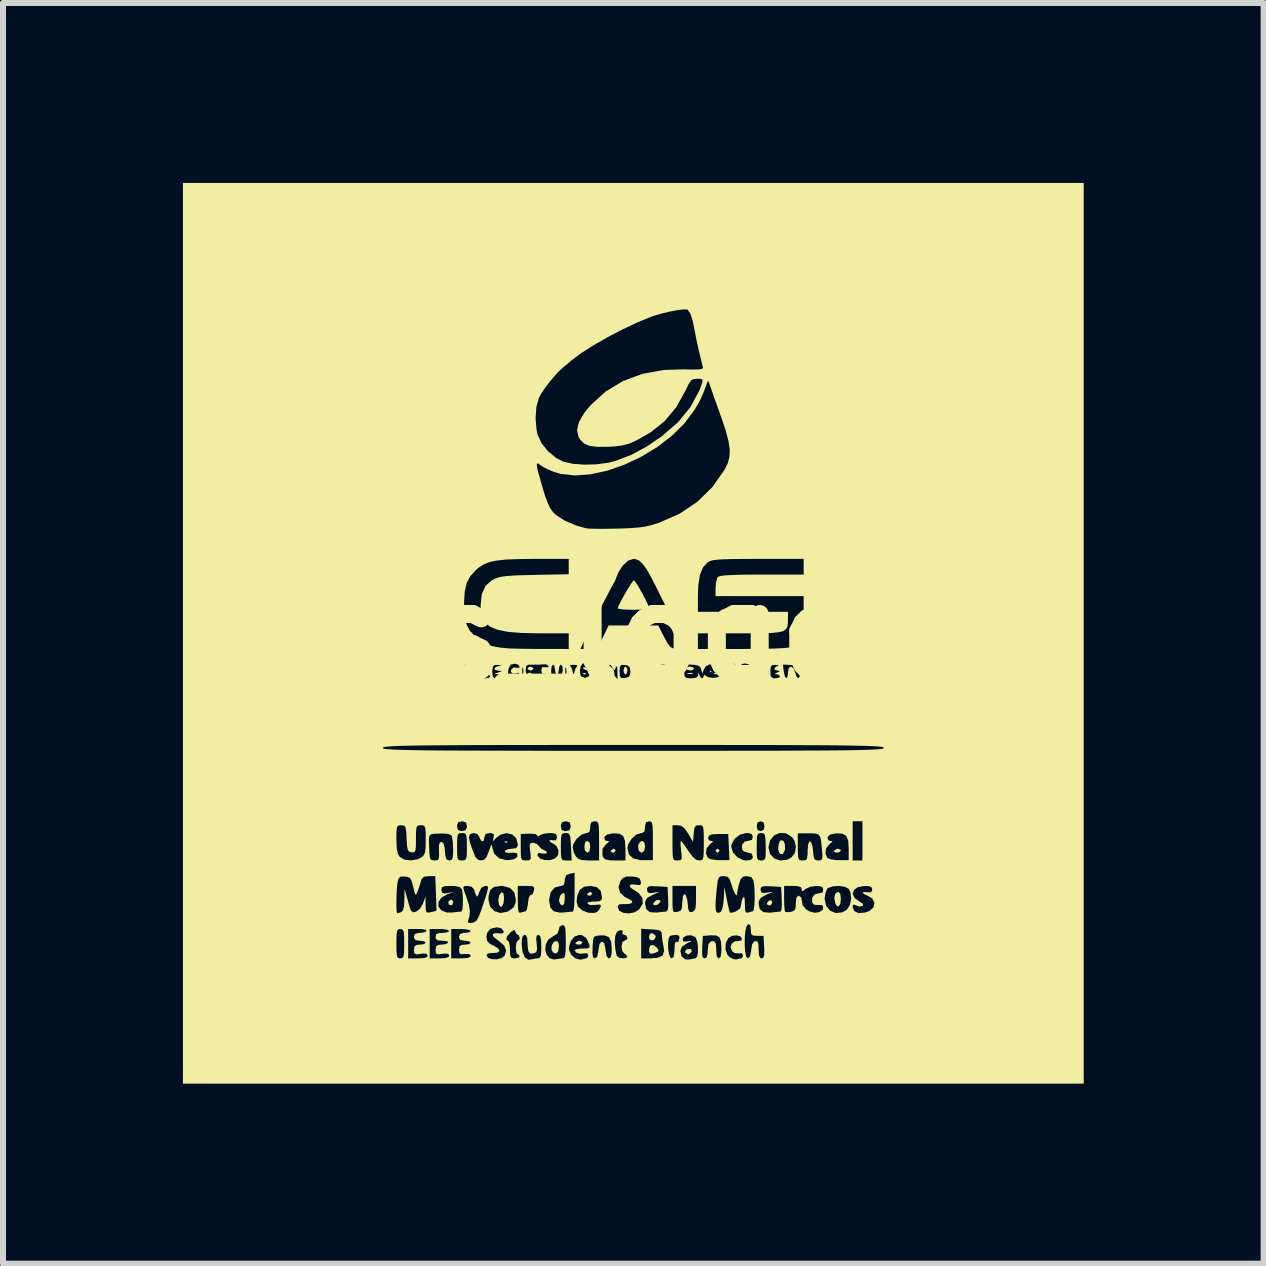
<source format=kicad_pcb>
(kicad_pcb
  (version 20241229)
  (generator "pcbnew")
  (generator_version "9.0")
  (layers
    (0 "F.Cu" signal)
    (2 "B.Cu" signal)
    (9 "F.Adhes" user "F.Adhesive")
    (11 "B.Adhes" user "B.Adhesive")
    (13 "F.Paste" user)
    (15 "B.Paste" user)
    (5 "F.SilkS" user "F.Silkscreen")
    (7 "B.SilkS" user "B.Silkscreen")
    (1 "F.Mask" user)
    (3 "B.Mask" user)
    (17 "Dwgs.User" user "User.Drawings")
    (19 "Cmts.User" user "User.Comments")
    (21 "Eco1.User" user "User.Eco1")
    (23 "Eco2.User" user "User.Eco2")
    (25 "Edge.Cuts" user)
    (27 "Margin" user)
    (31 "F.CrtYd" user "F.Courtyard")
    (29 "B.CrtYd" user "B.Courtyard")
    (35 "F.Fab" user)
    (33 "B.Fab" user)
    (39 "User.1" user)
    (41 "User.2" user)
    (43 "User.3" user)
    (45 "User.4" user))
  (footprint "Cas_logo_c"
    (layer "F.Cu")
    (at 7.509 7.509)
    (property "Reference" "Cas_logo_c" (at 0 0 0) (layer "F.SilkS") (effects (font (size 1.5 1.5) (thickness 0.3))))
    (attr board_only exclude_from_pos_files exclude_from_bom)
    (fp_poly (pts (xy -0.522 0.637) (xy -0.539 0.653) (xy -0.555 0.637) (xy -0.539 0.62)) (stroke (width 0) (type solid)) (fill yes) (layer "F.SilkS"))
    (fp_poly (pts (xy 1.306 0.637) (xy 1.29 0.653) (xy 1.273 0.637) (xy 1.29 0.62)) (stroke (width 0) (type solid)) (fill yes) (layer "F.SilkS"))
    (fp_poly (pts (xy -2.1 3.472) (xy -2.105 3.491) (xy -2.122 3.493) (xy -2.149 3.481) (xy -2.144 3.472) (xy -2.105 3.468)) (stroke (width 0) (type solid)) (fill yes) (layer "F.SilkS"))
    (fp_poly (pts (xy -0.794 0.664) (xy -0.799 0.683) (xy -0.816 0.686) (xy -0.843 0.674) (xy -0.838 0.664) (xy -0.799 0.66)) (stroke (width 0) (type solid)) (fill yes) (layer "F.SilkS"))
    (fp_poly (pts (xy 0.577 0.664) (xy 0.572 0.683) (xy 0.555 0.686) (xy 0.528 0.674) (xy 0.533 0.664) (xy 0.572 0.66)) (stroke (width 0) (type solid)) (fill yes) (layer "F.SilkS"))
    (fp_poly (pts (xy 0.988 0.664) (xy 0.992 0.676) (xy 0.947 0.68) (xy 0.9 0.675) (xy 0.906 0.664) (xy 0.973 0.66)) (stroke (width 0) (type solid)) (fill yes) (layer "F.SilkS"))
    (fp_poly (pts (xy 1.393 0.664) (xy 1.388 0.683) (xy 1.371 0.686) (xy 1.344 0.674) (xy 1.349 0.664) (xy 1.388 0.66)) (stroke (width 0) (type solid)) (fill yes) (layer "F.SilkS"))
    (fp_poly (pts (xy 1.654 0.664) (xy 1.65 0.683) (xy 1.632 0.686) (xy 1.606 0.674) (xy 1.611 0.664) (xy 1.649 0.66)) (stroke (width 0) (type solid)) (fill yes) (layer "F.SilkS"))
    (fp_poly (pts (xy 2.318 4.486) (xy 2.292 4.531) (xy 2.266 4.538) (xy 2.228 4.519) (xy 2.228 4.499) (xy 2.26 4.456) (xy 2.299 4.451)) (stroke (width 0) (type solid)) (fill yes) (layer "F.SilkS"))
    (fp_poly (pts (xy -3.007 4.467) (xy -3.004 4.489) (xy -3.024 4.534) (xy -3.069 4.526) (xy -3.079 4.517) (xy -3.085 4.476) (xy -3.052 4.443) (xy -3.034 4.44)) (stroke (width 0) (type solid)) (fill yes) (layer "F.SilkS"))
    (fp_poly (pts (xy -1.671 0.573) (xy -1.665 0.588) (xy -1.691 0.617) (xy -1.714 0.62) (xy -1.757 0.603) (xy -1.763 0.588) (xy -1.737 0.559) (xy -1.714 0.555)) (stroke (width 0) (type solid)) (fill yes) (layer "F.SilkS"))
    (fp_poly (pts (xy -0.854 5.144) (xy -0.849 5.158) (xy -0.876 5.185) (xy -0.916 5.191) (xy -0.961 5.178) (xy -0.963 5.158) (xy -0.916 5.128) (xy -0.896 5.126)) (stroke (width 0) (type solid)) (fill yes) (layer "F.SilkS"))
    (fp_poly (pts (xy -0.728 3.49) (xy -0.718 3.559) (xy -0.733 3.636) (xy -0.767 3.657) (xy -0.806 3.627) (xy -0.816 3.559) (xy -0.802 3.481) (xy -0.767 3.461)) (stroke (width 0) (type solid)) (fill yes) (layer "F.SilkS"))
    (fp_poly (pts (xy -0.686 4.334) (xy -0.686 4.342) (xy -0.712 4.371) (xy -0.737 4.375) (xy -0.77 4.359) (xy -0.767 4.342) (xy -0.725 4.311) (xy -0.716 4.31)) (stroke (width 0) (type solid)) (fill yes) (layer "F.SilkS"))
    (fp_poly (pts (xy -0.295 3.616) (xy -0.294 3.624) (xy -0.32 3.653) (xy -0.345 3.657) (xy -0.379 3.641) (xy -0.375 3.624) (xy -0.334 3.593) (xy -0.325 3.591)) (stroke (width 0) (type solid)) (fill yes) (layer "F.SilkS"))
    (fp_poly (pts (xy -0.104 0.582) (xy -0.098 0.62) (xy -0.112 0.673) (xy -0.131 0.686) (xy -0.157 0.658) (xy -0.163 0.62) (xy -0.15 0.567) (xy -0.131 0.555)) (stroke (width 0) (type solid)) (fill yes) (layer "F.SilkS"))
    (fp_poly (pts (xy 0.367 5.034) (xy 0.375 5.06) (xy 0.348 5.107) (xy 0.318 5.119) (xy 0.272 5.108) (xy 0.261 5.06) (xy 0.278 5.007) (xy 0.318 5.001)) (stroke (width 0) (type solid)) (fill yes) (layer "F.SilkS"))
    (fp_poly (pts (xy 0.449 4.452) (xy 0.45 4.478) (xy 0.409 4.521) (xy 0.377 4.533) (xy 0.334 4.526) (xy 0.334 4.5) (xy 0.375 4.457) (xy 0.406 4.445)) (stroke (width 0) (type solid)) (fill yes) (layer "F.SilkS"))
    (fp_poly (pts (xy 0.975 5.293) (xy 0.964 5.319) (xy 0.917 5.353) (xy 0.869 5.327) (xy 0.865 5.321) (xy 0.872 5.284) (xy 0.897 5.268) (xy 0.956 5.262)) (stroke (width 0) (type solid)) (fill yes) (layer "F.SilkS"))
    (fp_poly (pts (xy 1 0.569) (xy 1.012 0.588) (xy 0.985 0.614) (xy 0.947 0.62) (xy 0.894 0.607) (xy 0.881 0.588) (xy 0.909 0.561) (xy 0.947 0.555)) (stroke (width 0) (type solid)) (fill yes) (layer "F.SilkS"))
    (fp_poly (pts (xy 1.436 3.616) (xy 1.437 3.624) (xy 1.412 3.656) (xy 1.404 3.657) (xy 1.372 3.632) (xy 1.371 3.624) (xy 1.396 3.592) (xy 1.404 3.591)) (stroke (width 0) (type solid)) (fill yes) (layer "F.SilkS"))
    (fp_poly (pts (xy 3.456 3.61) (xy 3.461 3.624) (xy 3.433 3.65) (xy 3.393 3.657) (xy 3.348 3.644) (xy 3.346 3.624) (xy 3.394 3.594) (xy 3.414 3.591)) (stroke (width 0) (type solid)) (fill yes) (layer "F.SilkS"))
    (fp_poly (pts (xy -1.145 4.351) (xy -1.143 4.42) (xy -1.153 4.509) (xy -1.182 4.538) (xy -1.219 4.516) (xy -1.24 4.455) (xy -1.222 4.381) (xy -1.192 4.342) (xy -1.159 4.324)) (stroke (width 0) (type solid)) (fill yes) (layer "F.SilkS"))
    (fp_poly (pts (xy 0.186 3.49) (xy 0.196 3.559) (xy 0.18 3.63) (xy 0.142 3.658) (xy 0.101 3.636) (xy 0.086 3.608) (xy 0.08 3.534) (xy 0.111 3.477) (xy 0.15 3.461)) (stroke (width 0) (type solid)) (fill yes) (layer "F.SilkS"))
    (fp_poly (pts (xy 1.888 0.571) (xy 1.897 0.578) (xy 1.916 0.63) (xy 1.892 0.675) (xy 1.861 0.686) (xy 1.819 0.662) (xy 1.81 0.65) (xy 1.806 0.6) (xy 1.841 0.567)) (stroke (width 0) (type solid)) (fill yes) (layer "F.SilkS"))
    (fp_poly (pts (xy -1.256 5.139) (xy -1.241 5.192) (xy -1.241 5.219) (xy -1.253 5.309) (xy -1.291 5.34) (xy -1.335 5.324) (xy -1.365 5.273) (xy -1.36 5.203) (xy -1.326 5.146) (xy -1.298 5.132)) (stroke (width 0) (type solid)) (fill yes) (layer "F.SilkS"))
    (fp_poly (pts (xy 3.45 4.34) (xy 3.461 4.422) (xy 3.45 4.511) (xy 3.424 4.554) (xy 3.391 4.544) (xy 3.367 4.501) (xy 3.351 4.411) (xy 3.368 4.341) (xy 3.412 4.31) (xy 3.416 4.31)) (stroke (width 0) (type solid)) (fill yes) (layer "F.SilkS"))
    (fp_poly (pts (xy -2.165 4.334) (xy -2.155 4.412) (xy -2.155 4.419) (xy -2.165 4.504) (xy -2.189 4.554) (xy -2.219 4.558) (xy -2.239 4.526) (xy -2.251 4.447) (xy -2.236 4.368) (xy -2.202 4.32) (xy -2.196 4.318)) (stroke (width 0) (type solid)) (fill yes) (layer "F.SilkS"))
    (fp_poly (pts (xy 0.389 5.236) (xy 0.392 5.241) (xy 0.421 5.284) (xy 0.405 5.31) (xy 0.336 5.336) (xy 0.335 5.336) (xy 0.281 5.343) (xy 0.262 5.307) (xy 0.261 5.275) (xy 0.28 5.208) (xy 0.328 5.194)) (stroke (width 0) (type solid)) (fill yes) (layer "F.SilkS"))
    (fp_poly (pts (xy 2.127 0.572) (xy 2.155 0.588) (xy 2.187 0.619) (xy 2.161 0.648) (xy 2.155 0.652) (xy 2.089 0.683) (xy 2.049 0.665) (xy 2.04 0.653) (xy 2.036 0.602) (xy 2.065 0.561) (xy 2.083 0.556)) (stroke (width 0) (type solid)) (fill yes) (layer "F.SilkS"))
    (fp_poly (pts (xy 2.504 3.461) (xy 2.528 3.516) (xy 2.529 3.598) (xy 2.523 3.624) (xy 2.493 3.682) (xy 2.449 3.678) (xy 2.438 3.667) (xy 2.417 3.613) (xy 2.419 3.537) (xy 2.44 3.471) (xy 2.462 3.45)) (stroke (width 0) (type solid)) (fill yes) (layer "F.SilkS"))
    (fp_poly (pts (xy 0.035 -0.857) (xy 0.08 -0.788) (xy 0.134 -0.694) (xy 0.188 -0.593) (xy 0.233 -0.502) (xy 0.258 -0.439) (xy 0.261 -0.424) (xy 0.231 -0.408) (xy 0.149 -0.397) (xy 0.028 -0.392) (xy 0 -0.392) (xy -0.121 -0.395) (xy -0.212 -0.402) (xy -0.257 -0.413) (xy -0.26 -0.416) (xy -0.244 -0.461) (xy -0.205 -0.541) (xy -0.151 -0.639) (xy -0.093 -0.738) (xy -0.041 -0.822) (xy -0.003 -0.875) (xy 0.009 -0.885)) (stroke (width 0) (type solid)) (fill yes) (layer "F.SilkS"))
    (fp_poly (pts (xy 7.509 0) (xy 7.509 7.509) (xy 0 7.509) (xy -7.509 7.509) (xy -7.509 5.175) (xy -3.95 5.175) (xy -3.949 5.3) (xy -3.942 5.373) (xy -3.926 5.409) (xy -3.897 5.419) (xy -3.885 5.42) (xy -3.852 5.414) (xy -3.832 5.387) (xy -3.823 5.327) (xy -3.82 5.219) (xy -3.82 5.175) (xy -3.754 5.175) (xy -3.754 5.42) (xy -3.591 5.42) (xy -3.487 5.414) (xy -3.437 5.395) (xy -3.428 5.373) (xy -3.445 5.343) (xy -3.505 5.339) (xy -3.542 5.344) (xy -3.618 5.352) (xy -3.65 5.335) (xy -3.657 5.28) (xy -3.657 5.277) (xy -3.647 5.216) (xy -3.604 5.193) (xy -3.559 5.191) (xy -3.49 5.182) (xy -3.481 5.175) (xy -3.395 5.175) (xy -3.395 5.42) (xy -3.232 5.42) (xy -3.128 5.414) (xy -3.078 5.395) (xy -3.069 5.373) (xy -3.086 5.343) (xy -3.146 5.339) (xy -3.183 5.344) (xy -3.259 5.352) (xy -3.291 5.335) (xy -3.297 5.28) (xy -3.297 5.277) (xy -3.287 5.215) (xy -3.244 5.193) (xy -3.201 5.191) (xy -3.126 5.181) (xy -3.115 5.175) (xy -3.036 5.175) (xy -3.036 5.42) (xy -2.873 5.42) (xy -2.765 5.413) (xy -2.715 5.391) (xy -2.71 5.376) (xy -2.736 5.346) (xy -2.808 5.347) (xy -2.877 5.351) (xy -2.902 5.323) (xy -2.906 5.276) (xy -2.896 5.216) (xy -2.853 5.193) (xy -2.808 5.191) (xy -2.739 5.182) (xy -2.71 5.159) (xy -2.71 5.158) (xy -2.738 5.135) (xy -2.806 5.126) (xy -2.808 5.126) (xy -2.879 5.115) (xy -2.905 5.077) (xy -2.906 5.061) (xy -2.449 5.061) (xy -2.437 5.131) (xy -2.391 5.177) (xy -2.331 5.206) (xy -2.252 5.254) (xy -2.231 5.297) (xy -2.268 5.325) (xy -2.346 5.33) (xy -2.424 5.335) (xy -2.449 5.368) (xy -2.421 5.411) (xy -2.355 5.434) (xy -2.271 5.435) (xy -2.193 5.414) (xy -2.147 5.376) (xy -2.12 5.289) (xy -2.153 5.206) (xy -2.25 5.123) (xy -2.261 5.116) (xy -2.279 5.102) (xy -2.121 5.102) (xy -2.095 5.125) (xy -2.089 5.126) (xy -2.07 5.155) (xy -2.058 5.229) (xy -2.057 5.273) (xy -2.053 5.363) (xy -2.037 5.406) (xy -1.997 5.419) (xy -1.975 5.42) (xy -1.914 5.408) (xy -1.894 5.387) (xy -1.918 5.355) (xy -1.926 5.354) (xy -1.948 5.326) (xy -1.959 5.255) (xy -1.959 5.24) (xy -1.953 5.189) (xy -1.861 5.189) (xy -1.847 5.315) (xy -1.808 5.403) (xy -1.75 5.442) (xy -1.707 5.438) (xy -1.633 5.422) (xy -1.597 5.42) (xy -1.562 5.412) (xy -1.543 5.378) (xy -1.535 5.304) (xy -1.535 5.274) (xy -1.469 5.274) (xy -1.447 5.356) (xy -1.397 5.417) (xy -1.321 5.439) (xy -1.279 5.432) (xy -1.207 5.421) (xy -1.181 5.42) (xy -1.154 5.411) (xy -1.138 5.377) (xy -1.129 5.305) (xy -1.128 5.231) (xy -1.072 5.231) (xy -1.072 5.278) (xy -1.037 5.357) (xy -0.968 5.418) (xy -0.887 5.441) (xy -0.854 5.436) (xy -0.794 5.421) (xy -0.781 5.42) (xy -0.755 5.393) (xy -0.751 5.368) (xy -0.766 5.342) (xy -0.681 5.342) (xy -0.671 5.4) (xy -0.647 5.419) (xy -0.64 5.42) (xy -0.604 5.394) (xy -0.584 5.313) (xy -0.581 5.281) (xy -0.565 5.184) (xy -0.534 5.144) (xy -0.522 5.142) (xy -0.486 5.167) (xy -0.466 5.248) (xy -0.463 5.281) (xy -0.446 5.38) (xy -0.414 5.419) (xy -0.406 5.42) (xy -0.376 5.4) (xy -0.361 5.332) (xy -0.359 5.26) (xy -0.369 5.15) (xy -0.31 5.15) (xy -0.299 5.274) (xy -0.276 5.379) (xy -0.242 5.406) (xy -0.181 5.419) (xy -0.123 5.414) (xy -0.098 5.39) (xy -0.124 5.355) (xy -0.147 5.342) (xy -0.184 5.297) (xy -0.196 5.225) (xy -0.186 5.173) (xy 0.131 5.173) (xy 0.131 5.42) (xy 0.29 5.42) (xy 0.412 5.408) (xy 0.484 5.376) (xy 0.489 5.371) (xy 0.514 5.293) (xy 0.505 5.232) (xy 0.492 5.161) (xy 0.579 5.161) (xy 0.581 5.255) (xy 0.594 5.344) (xy 0.618 5.405) (xy 0.64 5.42) (xy 0.671 5.397) (xy 0.684 5.322) (xy 0.685 5.297) (xy 0.784 5.297) (xy 0.806 5.388) (xy 0.865 5.437) (xy 0.93 5.438) (xy 1.004 5.423) (xy 1.037 5.42) (xy 1.063 5.391) (xy 1.073 5.341) (xy 1.147 5.341) (xy 1.156 5.399) (xy 1.18 5.419) (xy 1.19 5.42) (xy 1.225 5.4) (xy 1.239 5.333) (xy 1.241 5.288) (xy 1.253 5.183) (xy 1.291 5.137) (xy 1.346 5.131) (xy 1.375 5.172) (xy 1.383 5.267) (xy 1.383 5.291) (xy 1.39 5.383) (xy 1.417 5.419) (xy 1.424 5.42) (xy 1.454 5.396) (xy 1.467 5.32) (xy 1.469 5.266) (xy 1.536 5.266) (xy 1.569 5.36) (xy 1.608 5.402) (xy 1.677 5.434) (xy 1.725 5.436) (xy 1.785 5.421) (xy 1.798 5.42) (xy 1.825 5.393) (xy 1.828 5.368) (xy 1.809 5.332) (xy 1.766 5.337) (xy 1.692 5.331) (xy 1.652 5.304) (xy 1.621 5.237) (xy 1.632 5.2) (xy 1.857 5.2) (xy 1.865 5.307) (xy 1.881 5.386) (xy 1.906 5.419) (xy 1.908 5.42) (xy 1.944 5.391) (xy 1.963 5.302) (xy 1.965 5.281) (xy 1.981 5.184) (xy 2.014 5.138) (xy 2.032 5.132) (xy 2.068 5.136) (xy 2.085 5.174) (xy 2.089 5.263) (xy 2.089 5.27) (xy 2.095 5.367) (xy 2.116 5.412) (xy 2.14 5.42) (xy 2.169 5.407) (xy 2.182 5.362) (xy 2.183 5.269) (xy 2.181 5.232) (xy 2.171 5.044) (xy 2.065 5.044) (xy 1.992 5.038) (xy 1.963 5.006) (xy 1.959 4.939) (xy 1.952 4.868) (xy 1.925 4.849) (xy 1.91 4.853) (xy 1.884 4.892) (xy 1.867 4.975) (xy 1.858 5.083) (xy 1.857 5.2) (xy 1.632 5.2) (xy 1.64 5.173) (xy 1.697 5.134) (xy 1.741 5.132) (xy 1.8 5.123) (xy 1.812 5.093) (xy 1.785 5.052) (xy 1.722 5.035) (xy 1.647 5.044) (xy 1.588 5.077) (xy 1.542 5.162) (xy 1.536 5.266) (xy 1.469 5.266) (xy 1.469 5.264) (xy 1.462 5.14) (xy 1.436 5.068) (xy 1.381 5.037) (xy 1.289 5.035) (xy 1.287 5.035) (xy 1.159 5.045) (xy 1.149 5.232) (xy 1.147 5.341) (xy 1.073 5.341) (xy 1.077 5.321) (xy 1.077 5.23) (xy 1.066 5.141) (xy 1.042 5.076) (xy 1.03 5.062) (xy 0.961 5.034) (xy 0.886 5.04) (xy 0.832 5.075) (xy 0.823 5.097) (xy 0.83 5.134) (xy 0.882 5.139) (xy 0.904 5.136) (xy 0.961 5.129) (xy 0.963 5.136) (xy 0.91 5.162) (xy 0.89 5.172) (xy 0.809 5.226) (xy 0.784 5.294) (xy 0.784 5.297) (xy 0.685 5.297) (xy 0.686 5.271) (xy 0.692 5.18) (xy 0.709 5.141) (xy 0.718 5.142) (xy 0.749 5.151) (xy 0.751 5.147) (xy 0.761 5.106) (xy 0.771 5.079) (xy 0.762 5.04) (xy 0.709 5.026) (xy 0.628 5.04) (xy 0.615 5.044) (xy 0.59 5.084) (xy 0.579 5.161) (xy 0.492 5.161) (xy 0.485 5.128) (xy 0.477 5.044) (xy 0.471 4.987) (xy 0.447 4.956) (xy 0.389 4.943) (xy 0.302 4.936) (xy 0.131 4.926) (xy 0.131 5.173) (xy -0.186 5.173) (xy -0.182 5.146) (xy -0.147 5.126) (xy -0.104 5.1) (xy -0.098 5.077) (xy -0.124 5.034) (xy -0.149 5.028) (xy -0.183 5.013) (xy -0.181 4.997) (xy -0.177 4.959) (xy -0.211 4.948) (xy -0.26 4.968) (xy -0.274 4.98) (xy -0.301 5.044) (xy -0.31 5.15) (xy -0.369 5.15) (xy -0.37 5.136) (xy -0.41 5.064) (xy -0.486 5.036) (xy -0.558 5.037) (xy -0.621 5.044) (xy -0.655 5.065) (xy -0.671 5.116) (xy -0.678 5.213) (xy -0.679 5.233) (xy -0.681 5.342) (xy -0.766 5.342) (xy -0.771 5.332) (xy -0.812 5.336) (xy -0.886 5.343) (xy -0.951 5.323) (xy -0.979 5.286) (xy -0.979 5.285) (xy -0.95 5.267) (xy -0.878 5.257) (xy -0.847 5.256) (xy -0.763 5.253) (xy -0.73 5.237) (xy -0.732 5.197) (xy -0.736 5.183) (xy -0.784 5.081) (xy -0.853 5.034) (xy -0.901 5.028) (xy -0.981 5.057) (xy -1.043 5.131) (xy -1.072 5.231) (xy -1.128 5.231) (xy -1.126 5.183) (xy -1.126 5.142) (xy -1.128 5.006) (xy -1.134 4.923) (xy -1.148 4.88) (xy -1.172 4.865) (xy -1.183 4.865) (xy -1.231 4.891) (xy -1.241 4.939) (xy -1.265 5.007) (xy -1.337 5.05) (xy -1.416 5.105) (xy -1.459 5.184) (xy -1.469 5.274) (xy -1.535 5.274) (xy -1.534 5.224) (xy -1.538 5.11) (xy -1.552 5.048) (xy -1.578 5.028) (xy -1.583 5.028) (xy -1.612 5.041) (xy -1.619 5.092) (xy -1.612 5.17) (xy -1.604 5.263) (xy -1.618 5.312) (xy -1.648 5.333) (xy -1.711 5.343) (xy -1.748 5.306) (xy -1.762 5.216) (xy -1.763 5.173) (xy -1.77 5.077) (xy -1.792 5.033) (xy -1.812 5.028) (xy -1.843 5.045) (xy -1.858 5.107) (xy -1.861 5.189) (xy -1.953 5.189) (xy -1.951 5.164) (xy -1.931 5.127) (xy -1.926 5.126) (xy -1.897 5.099) (xy -1.894 5.077) (xy -1.91 5.033) (xy -1.924 5.028) (xy -1.956 5.001) (xy -1.965 4.976) (xy -1.979 4.945) (xy -2.011 4.957) (xy -2.049 4.988) (xy -2.104 5.051) (xy -2.121 5.102) (xy -2.279 5.102) (xy -2.332 5.058) (xy -2.346 5.017) (xy -2.304 4.999) (xy -2.251 5.002) (xy -2.182 5.005) (xy -2.16 4.982) (xy -2.162 4.965) (xy -2.199 4.919) (xy -2.273 4.902) (xy -2.36 4.919) (xy -2.382 4.929) (xy -2.438 4.994) (xy -2.449 5.061) (xy -2.906 5.061) (xy -2.906 5.06) (xy -2.89 5.013) (xy -2.833 4.996) (xy -2.808 4.995) (xy -2.739 4.986) (xy -2.71 4.963) (xy -2.71 4.962) (xy -2.739 4.944) (xy -2.814 4.932) (xy -2.873 4.93) (xy -3.036 4.93) (xy -3.036 5.175) (xy -3.115 5.175) (xy -3.085 5.158) (xy -3.099 5.136) (xy -3.166 5.126) (xy -3.181 5.126) (xy -3.261 5.119) (xy -3.293 5.091) (xy -3.297 5.06) (xy -3.285 5.015) (xy -3.235 4.997) (xy -3.183 4.995) (xy -3.108 4.987) (xy -3.07 4.967) (xy -3.069 4.962) (xy -3.098 4.944) (xy -3.173 4.932) (xy -3.232 4.93) (xy -3.395 4.93) (xy -3.395 5.175) (xy -3.481 5.175) (xy -3.461 5.159) (xy -3.461 5.158) (xy -3.489 5.135) (xy -3.557 5.126) (xy -3.559 5.126) (xy -3.63 5.115) (xy -3.656 5.077) (xy -3.657 5.06) (xy -3.641 5.012) (xy -3.583 4.996) (xy -3.561 4.995) (xy -3.485 4.985) (xy -3.444 4.962) (xy -3.461 4.942) (xy -3.533 4.931) (xy -3.589 4.93) (xy -3.754 4.93) (xy -3.754 5.175) (xy -3.82 5.175) (xy -3.821 5.049) (xy -3.828 4.976) (xy -3.844 4.941) (xy -3.873 4.93) (xy -3.885 4.93) (xy -3.918 4.936) (xy -3.938 4.962) (xy -3.947 5.022) (xy -3.95 5.131) (xy -3.95 5.175) (xy -7.509 5.175) (xy -7.509 4.446) (xy -3.95 4.446) (xy -3.95 4.553) (xy -3.946 4.633) (xy -3.938 4.668) (xy -3.937 4.669) (xy -3.898 4.658) (xy -3.871 4.649) (xy -3.839 4.616) (xy -3.822 4.54) (xy -3.817 4.445) (xy -3.814 4.261) (xy -3.771 4.416) (xy -3.742 4.518) (xy -3.718 4.597) (xy -3.71 4.62) (xy -3.673 4.652) (xy -3.616 4.639) (xy -3.556 4.589) (xy -3.509 4.511) (xy -3.506 4.502) (xy -3.466 4.391) (xy -3.463 4.531) (xy -3.459 4.617) (xy -3.443 4.654) (xy -3.402 4.655) (xy -3.371 4.648) (xy -3.306 4.632) (xy -3.281 4.623) (xy -3.282 4.591) (xy -3.285 4.509) (xy -3.286 4.481) (xy -3.25 4.481) (xy -3.249 4.556) (xy -3.201 4.619) (xy -3.11 4.655) (xy -3.022 4.655) (xy -2.933 4.645) (xy -2.873 4.639) (xy -2.865 4.638) (xy -2.851 4.608) (xy -2.843 4.534) (xy -2.841 4.44) (xy -2.845 4.346) (xy -2.857 4.274) (xy -2.86 4.263) (xy -2.896 4.23) (xy -2.835 4.23) (xy -2.827 4.276) (xy -2.794 4.366) (xy -2.743 4.52) (xy -2.724 4.634) (xy -2.734 4.725) (xy -2.742 4.75) (xy -2.76 4.811) (xy -2.739 4.829) (xy -2.688 4.826) (xy -2.645 4.815) (xy -2.61 4.785) (xy -2.577 4.724) (xy -2.537 4.62) (xy -2.509 4.538) (xy -2.476 4.438) (xy -2.416 4.438) (xy -2.389 4.553) (xy -2.318 4.631) (xy -2.218 4.663) (xy -2.101 4.642) (xy -2.079 4.631) (xy -1.997 4.571) (xy -1.963 4.491) (xy -1.96 4.444) (xy -1.926 4.444) (xy -1.924 4.565) (xy -1.916 4.632) (xy -1.9 4.658) (xy -1.875 4.656) (xy -1.814 4.638) (xy -1.795 4.636) (xy -1.776 4.607) (xy -1.76 4.534) (xy -1.757 4.497) (xy -1.749 4.45) (xy -1.404 4.45) (xy -1.386 4.566) (xy -1.328 4.634) (xy -1.225 4.657) (xy -1.159 4.654) (xy -1.07 4.645) (xy -1.011 4.639) (xy -1.004 4.638) (xy -0.994 4.607) (xy -0.985 4.524) (xy -0.984 4.481) (xy -0.945 4.481) (xy -0.922 4.557) (xy -0.849 4.621) (xy -0.75 4.659) (xy -0.652 4.663) (xy -0.602 4.644) (xy -0.56 4.594) (xy -0.548 4.569) (xy -0.261 4.569) (xy -0.234 4.627) (xy -0.164 4.661) (xy -0.073 4.67) (xy 0.022 4.651) (xy 0.098 4.603) (xy 0.157 4.509) (xy 0.156 4.503) (xy 0.196 4.503) (xy 0.216 4.6) (xy 0.279 4.65) (xy 0.389 4.655) (xy 0.39 4.655) (xy 0.48 4.645) (xy 0.545 4.639) (xy 0.548 4.638) (xy 0.572 4.617) (xy 0.583 4.55) (xy 0.581 4.436) (xy 0.653 4.436) (xy 0.654 4.553) (xy 0.661 4.619) (xy 0.678 4.646) (xy 0.711 4.648) (xy 0.735 4.644) (xy 0.786 4.627) (xy 0.809 4.587) (xy 0.816 4.506) (xy 0.816 4.483) (xy 0.826 4.386) (xy 0.848 4.348) (xy 0.875 4.366) (xy 0.898 4.438) (xy 0.908 4.513) (xy 0.917 4.603) (xy 0.936 4.644) (xy 0.971 4.647) (xy 0.981 4.645) (xy 1.016 4.627) (xy 1.036 4.586) (xy 1.039 4.556) (xy 1.37 4.556) (xy 1.378 4.63) (xy 1.4 4.66) (xy 1.438 4.655) (xy 1.459 4.643) (xy 1.482 4.599) (xy 1.5 4.511) (xy 1.508 4.423) (xy 1.518 4.228) (xy 1.558 4.437) (xy 1.58 4.545) (xy 1.6 4.625) (xy 1.611 4.658) (xy 1.647 4.657) (xy 1.709 4.638) (xy 1.781 4.586) (xy 1.796 4.531) (xy 1.81 4.449) (xy 1.828 4.407) (xy 1.848 4.396) (xy 1.858 4.44) (xy 1.86 4.517) (xy 1.864 4.612) (xy 1.878 4.654) (xy 1.907 4.658) (xy 1.913 4.656) (xy 1.975 4.638) (xy 1.994 4.636) (xy 2.008 4.606) (xy 2.018 4.53) (xy 2.019 4.502) (xy 2.089 4.502) (xy 2.108 4.598) (xy 2.167 4.648) (xy 2.274 4.658) (xy 2.301 4.655) (xy 2.39 4.645) (xy 2.45 4.639) (xy 2.458 4.638) (xy 2.47 4.607) (xy 2.476 4.529) (xy 2.475 4.432) (xy 2.474 4.418) (xy 2.514 4.418) (xy 2.516 4.528) (xy 2.523 4.61) (xy 2.531 4.642) (xy 2.572 4.65) (xy 2.629 4.644) (xy 2.682 4.624) (xy 2.705 4.579) (xy 2.71 4.502) (xy 2.718 4.412) (xy 2.747 4.377) (xy 2.759 4.375) (xy 2.799 4.403) (xy 2.808 4.448) (xy 2.825 4.539) (xy 2.883 4.604) (xy 2.933 4.634) (xy 3.021 4.659) (xy 3.103 4.649) (xy 3.157 4.61) (xy 3.167 4.575) (xy 3.152 4.532) (xy 3.097 4.528) (xy 3.086 4.53) (xy 3.013 4.526) (xy 2.982 4.488) (xy 2.981 4.427) (xy 3.19 4.427) (xy 3.213 4.543) (xy 3.28 4.625) (xy 3.375 4.664) (xy 3.482 4.653) (xy 3.558 4.61) (xy 3.587 4.567) (xy 3.657 4.567) (xy 3.683 4.632) (xy 3.753 4.664) (xy 3.854 4.658) (xy 3.933 4.631) (xy 4.003 4.571) (xy 4.02 4.496) (xy 3.987 4.423) (xy 3.918 4.38) (xy 3.844 4.346) (xy 3.822 4.321) (xy 3.856 4.312) (xy 3.901 4.318) (xy 3.963 4.319) (xy 3.983 4.282) (xy 3.983 4.272) (xy 3.97 4.232) (xy 3.919 4.214) (xy 3.856 4.212) (xy 3.745 4.231) (xy 3.677 4.28) (xy 3.658 4.346) (xy 3.692 4.416) (xy 3.766 4.468) (xy 3.828 4.51) (xy 3.827 4.544) (xy 3.77 4.557) (xy 3.725 4.54) (xy 3.674 4.52) (xy 3.657 4.545) (xy 3.657 4.567) (xy 3.587 4.567) (xy 3.61 4.532) (xy 3.632 4.425) (xy 3.62 4.319) (xy 3.591 4.26) (xy 3.528 4.226) (xy 3.432 4.212) (xy 3.33 4.218) (xy 3.251 4.244) (xy 3.233 4.26) (xy 3.205 4.323) (xy 3.19 4.416) (xy 3.19 4.427) (xy 2.981 4.427) (xy 2.981 4.41) (xy 3.026 4.351) (xy 3.098 4.334) (xy 3.154 4.322) (xy 3.167 4.276) (xy 3.155 4.233) (xy 3.106 4.214) (xy 3.047 4.212) (xy 2.95 4.226) (xy 2.873 4.261) (xy 2.867 4.266) (xy 2.823 4.301) (xy 2.809 4.292) (xy 2.808 4.266) (xy 2.793 4.231) (xy 2.739 4.215) (xy 2.661 4.212) (xy 2.514 4.212) (xy 2.514 4.418) (xy 2.474 4.418) (xy 2.465 4.228) (xy 2.294 4.218) (xy 2.193 4.215) (xy 2.142 4.224) (xy 2.124 4.251) (xy 2.122 4.274) (xy 2.132 4.318) (xy 2.173 4.33) (xy 2.228 4.324) (xy 2.334 4.307) (xy 2.212 4.361) (xy 2.129 4.407) (xy 2.094 4.459) (xy 2.089 4.502) (xy 2.019 4.502) (xy 2.023 4.426) (xy 2.022 4.311) (xy 2.016 4.205) (xy 2.004 4.125) (xy 2.004 4.122) (xy 1.968 4.065) (xy 1.891 4.048) (xy 1.891 4.048) (xy 1.827 4.058) (xy 1.789 4.099) (xy 1.765 4.171) (xy 1.742 4.263) (xy 1.731 4.332) (xy 1.731 4.341) (xy 1.722 4.371) (xy 1.699 4.348) (xy 1.668 4.283) (xy 1.637 4.187) (xy 1.606 4.099) (xy 1.57 4.059) (xy 1.513 4.048) (xy 1.505 4.048) (xy 1.454 4.052) (xy 1.425 4.074) (xy 1.407 4.128) (xy 1.394 4.23) (xy 1.392 4.249) (xy 1.375 4.431) (xy 1.37 4.556) (xy 1.039 4.556) (xy 1.044 4.505) (xy 1.045 4.42) (xy 1.045 4.212) (xy 0.849 4.212) (xy 0.653 4.212) (xy 0.653 4.436) (xy 0.581 4.436) (xy 0.581 4.432) (xy 0.571 4.228) (xy 0.4 4.218) (xy 0.3 4.215) (xy 0.248 4.224) (xy 0.23 4.251) (xy 0.229 4.274) (xy 0.239 4.319) (xy 0.281 4.331) (xy 0.335 4.325) (xy 0.441 4.31) (xy 0.318 4.363) (xy 0.235 4.409) (xy 0.201 4.461) (xy 0.196 4.503) (xy 0.156 4.503) (xy 0.153 4.415) (xy 0.089 4.33) (xy 0.029 4.291) (xy -0.045 4.241) (xy -0.063 4.203) (xy -0.027 4.185) (xy 0.035 4.191) (xy 0.103 4.199) (xy 0.127 4.179) (xy 0.125 4.138) (xy 0.106 4.089) (xy 0.057 4.065) (xy -0.023 4.055) (xy -0.116 4.055) (xy -0.173 4.079) (xy -0.215 4.13) (xy -0.247 4.229) (xy -0.221 4.323) (xy -0.141 4.397) (xy -0.097 4.418) (xy -0.026 4.457) (xy -0.017 4.491) (xy -0.065 4.512) (xy -0.142 4.515) (xy -0.223 4.516) (xy -0.256 4.538) (xy -0.261 4.569) (xy -0.548 4.569) (xy -0.546 4.565) (xy -0.542 4.529) (xy -0.578 4.521) (xy -0.634 4.528) (xy -0.718 4.53) (xy -0.765 4.509) (xy -0.765 4.509) (xy -0.754 4.484) (xy -0.68 4.473) (xy -0.655 4.473) (xy -0.569 4.468) (xy -0.531 4.446) (xy -0.522 4.405) (xy -0.543 4.295) (xy -0.609 4.231) (xy -0.718 4.212) (xy -0.82 4.225) (xy -0.886 4.271) (xy -0.896 4.284) (xy -0.936 4.378) (xy -0.945 4.481) (xy -0.984 4.481) (xy -0.98 4.405) (xy -0.979 4.314) (xy -0.979 3.992) (xy -1.061 4.008) (xy -1.122 4.034) (xy -1.142 4.096) (xy -1.143 4.117) (xy -1.153 4.187) (xy -1.194 4.211) (xy -1.214 4.212) (xy -1.313 4.24) (xy -1.378 4.319) (xy -1.404 4.441) (xy -1.404 4.45) (xy -1.749 4.45) (xy -1.742 4.409) (xy -1.718 4.367) (xy -1.709 4.365) (xy -1.676 4.343) (xy -1.657 4.292) (xy -1.652 4.242) (xy -1.675 4.219) (xy -1.741 4.212) (xy -1.784 4.212) (xy -1.926 4.212) (xy -1.926 4.444) (xy -1.96 4.444) (xy -1.959 4.439) (xy -1.984 4.32) (xy -2.057 4.244) (xy -2.177 4.212) (xy -2.204 4.212) (xy -2.318 4.227) (xy -2.385 4.278) (xy -2.413 4.377) (xy -2.416 4.438) (xy -2.476 4.438) (xy -2.461 4.393) (xy -2.433 4.299) (xy -2.422 4.245) (xy -2.429 4.219) (xy -2.452 4.212) (xy -2.477 4.212) (xy -2.534 4.243) (xy -2.57 4.318) (xy -2.592 4.378) (xy -2.61 4.389) (xy -2.632 4.345) (xy -2.66 4.261) (xy -2.7 4.223) (xy -2.758 4.212) (xy -2.813 4.213) (xy -2.835 4.23) (xy -2.896 4.23) (xy -2.897 4.229) (xy -2.979 4.213) (xy -3.04 4.212) (xy -3.136 4.215) (xy -3.184 4.23) (xy -3.199 4.263) (xy -3.199 4.279) (xy -3.19 4.325) (xy -3.15 4.337) (xy -3.093 4.33) (xy -2.987 4.312) (xy -3.097 4.349) (xy -3.2 4.407) (xy -3.25 4.481) (xy -3.286 4.481) (xy -3.289 4.392) (xy -3.291 4.334) (xy -3.302 4.048) (xy -3.411 4.048) (xy -3.49 4.058) (xy -3.529 4.098) (xy -3.539 4.129) (xy -3.567 4.221) (xy -3.596 4.3) (xy -3.618 4.351) (xy -3.633 4.358) (xy -3.649 4.316) (xy -3.669 4.228) (xy -3.695 4.131) (xy -3.723 4.08) (xy -3.77 4.06) (xy -3.807 4.055) (xy -3.879 4.055) (xy -3.914 4.089) (xy -3.93 4.149) (xy -3.94 4.225) (xy -3.946 4.331) (xy -3.95 4.446) (xy -7.509 4.446) (xy -7.509 3.434) (xy -3.95 3.434) (xy -3.945 3.578) (xy -3.927 3.672) (xy -3.896 3.727) (xy -3.817 3.773) (xy -3.708 3.786) (xy -3.596 3.767) (xy -3.533 3.736) (xy -3.495 3.702) (xy -3.473 3.655) (xy -3.463 3.577) (xy -3.461 3.452) (xy -3.461 3.442) (xy -3.461 3.435) (xy -3.408 3.435) (xy -3.406 3.537) (xy -3.401 3.64) (xy -3.394 3.731) (xy -3.375 3.774) (xy -3.333 3.787) (xy -3.314 3.787) (xy -3.265 3.782) (xy -3.243 3.755) (xy -3.238 3.69) (xy -3.241 3.632) (xy -3.241 3.534) (xy -3.225 3.487) (xy -3.199 3.477) (xy -3.166 3.499) (xy -3.146 3.572) (xy -3.141 3.632) (xy -3.13 3.728) (xy -3.109 3.774) (xy -3.07 3.787) (xy -3.067 3.787) (xy -3.031 3.779) (xy -3.012 3.745) (xy -3.005 3.671) (xy -3.004 3.599) (xy -3.006 3.559) (xy -2.938 3.559) (xy -2.937 3.678) (xy -2.93 3.746) (xy -2.912 3.778) (xy -2.878 3.787) (xy -2.857 3.787) (xy -2.814 3.784) (xy -2.79 3.764) (xy -2.778 3.714) (xy -2.775 3.62) (xy -2.775 3.559) (xy -2.776 3.439) (xy -2.78 3.402) (xy -2.742 3.402) (xy -2.721 3.5) (xy -2.698 3.563) (xy -2.663 3.654) (xy -2.635 3.726) (xy -2.634 3.73) (xy -2.588 3.776) (xy -2.537 3.787) (xy -2.485 3.775) (xy -2.447 3.73) (xy -2.41 3.635) (xy -2.408 3.632) (xy -2.378 3.549) (xy -2.361 3.524) (xy -2.354 3.555) (xy -2.354 3.561) (xy -2.321 3.673) (xy -2.24 3.75) (xy -2.121 3.781) (xy -2.079 3.781) (xy -1.984 3.765) (xy -1.939 3.732) (xy -1.932 3.711) (xy -1.938 3.666) (xy -1.992 3.657) (xy -1.997 3.657) (xy -2.097 3.661) (xy -2.141 3.648) (xy -2.138 3.624) (xy -2.094 3.6) (xy -2.022 3.591) (xy -1.953 3.582) (xy -1.943 3.567) (xy -1.877 3.567) (xy -1.876 3.683) (xy -1.869 3.749) (xy -1.85 3.779) (xy -1.813 3.787) (xy -1.788 3.787) (xy -1.734 3.783) (xy -1.711 3.76) (xy -1.711 3.701) (xy -1.719 3.64) (xy -1.729 3.55) (xy -1.72 3.507) (xy -1.689 3.494) (xy -1.668 3.493) (xy -1.604 3.513) (xy -1.579 3.541) (xy -1.535 3.59) (xy -1.499 3.609) (xy -1.443 3.64) (xy -1.445 3.668) (xy -1.497 3.674) (xy -1.521 3.669) (xy -1.582 3.661) (xy -1.597 3.686) (xy -1.595 3.709) (xy -1.556 3.756) (xy -1.478 3.781) (xy -1.384 3.78) (xy -1.305 3.754) (xy -1.254 3.696) (xy -1.247 3.618) (xy -1.276 3.559) (xy -1.208 3.559) (xy -1.207 3.678) (xy -1.2 3.746) (xy -1.182 3.778) (xy -1.147 3.787) (xy -1.118 3.787) (xy -1.028 3.787) (xy -1.039 3.566) (xy -1.012 3.566) (xy -0.993 3.652) (xy -0.961 3.715) (xy -0.917 3.76) (xy -0.851 3.781) (xy -0.742 3.787) (xy -0.741 3.787) (xy -0.571 3.787) (xy -0.571 3.693) (xy -0.516 3.693) (xy -0.503 3.736) (xy -0.47 3.768) (xy -0.395 3.784) (xy -0.307 3.787) (xy -0.131 3.787) (xy -0.131 3.595) (xy -0.132 3.579) (xy -0.098 3.579) (xy -0.075 3.686) (xy -0.005 3.752) (xy 0.116 3.781) (xy 0.167 3.782) (xy 0.326 3.781) (xy 0.326 3.458) (xy 0.326 3.31) (xy 0.321 3.215) (xy 0.318 3.199) (xy 0.653 3.199) (xy 0.653 3.493) (xy 0.654 3.632) (xy 0.658 3.719) (xy 0.669 3.765) (xy 0.691 3.784) (xy 0.728 3.787) (xy 0.736 3.787) (xy 0.784 3.783) (xy 0.806 3.761) (xy 0.806 3.704) (xy 0.797 3.624) (xy 0.788 3.531) (xy 0.788 3.472) (xy 0.792 3.461) (xy 0.818 3.486) (xy 0.866 3.551) (xy 0.914 3.624) (xy 0.988 3.725) (xy 1.049 3.776) (xy 1.097 3.787) (xy 1.134 3.784) (xy 1.157 3.768) (xy 1.169 3.725) (xy 1.173 3.67) (xy 1.21 3.67) (xy 1.245 3.746) (xy 1.245 3.746) (xy 1.298 3.768) (xy 1.39 3.781) (xy 1.443 3.782) (xy 1.603 3.781) (xy 1.593 3.564) (xy 1.593 3.559) (xy 1.632 3.559) (xy 1.662 3.654) (xy 1.736 3.735) (xy 1.835 3.782) (xy 1.88 3.787) (xy 1.957 3.78) (xy 1.988 3.75) (xy 1.992 3.722) (xy 1.971 3.67) (xy 1.913 3.657) (xy 1.846 3.638) (xy 1.816 3.608) (xy 1.814 3.559) (xy 2.057 3.559) (xy 2.058 3.678) (xy 2.065 3.747) (xy 2.083 3.778) (xy 2.116 3.787) (xy 2.134 3.787) (xy 2.174 3.783) (xy 2.196 3.762) (xy 2.206 3.71) (xy 2.208 3.612) (xy 2.207 3.571) (xy 2.253 3.571) (xy 2.28 3.68) (xy 2.351 3.755) (xy 2.45 3.788) (xy 2.563 3.775) (xy 2.637 3.736) (xy 2.694 3.661) (xy 2.711 3.558) (xy 2.686 3.455) (xy 2.644 3.395) (xy 2.547 3.335) (xy 2.742 3.335) (xy 2.742 3.561) (xy 2.744 3.68) (xy 2.751 3.747) (xy 2.769 3.778) (xy 2.803 3.787) (xy 2.824 3.787) (xy 2.872 3.782) (xy 2.896 3.755) (xy 2.905 3.691) (xy 2.906 3.621) (xy 2.915 3.514) (xy 2.937 3.468) (xy 2.964 3.48) (xy 2.987 3.552) (xy 2.997 3.635) (xy 3.007 3.728) (xy 3.027 3.773) (xy 3.067 3.787) (xy 3.085 3.787) (xy 3.128 3.783) (xy 3.149 3.761) (xy 3.153 3.705) (xy 3.151 3.67) (xy 3.202 3.67) (xy 3.237 3.746) (xy 3.237 3.746) (xy 3.29 3.768) (xy 3.381 3.781) (xy 3.433 3.782) (xy 3.591 3.781) (xy 3.591 3.592) (xy 3.583 3.461) (xy 3.657 3.461) (xy 3.657 3.787) (xy 3.738 3.787) (xy 3.82 3.787) (xy 3.82 3.461) (xy 3.82 3.134) (xy 3.738 3.134) (xy 3.657 3.134) (xy 3.657 3.461) (xy 3.583 3.461) (xy 3.582 3.458) (xy 3.55 3.377) (xy 3.486 3.34) (xy 3.382 3.335) (xy 3.373 3.336) (xy 3.28 3.356) (xy 3.24 3.397) (xy 3.238 3.404) (xy 3.251 3.452) (xy 3.286 3.461) (xy 3.321 3.466) (xy 3.304 3.488) (xy 3.272 3.511) (xy 3.215 3.583) (xy 3.202 3.67) (xy 3.151 3.67) (xy 3.145 3.6) (xy 3.145 3.599) (xy 3.133 3.469) (xy 3.116 3.391) (xy 3.084 3.351) (xy 3.025 3.337) (xy 2.93 3.335) (xy 2.924 3.335) (xy 2.742 3.335) (xy 2.547 3.335) (xy 2.546 3.334) (xy 2.441 3.328) (xy 2.348 3.369) (xy 2.28 3.452) (xy 2.253 3.569) (xy 2.253 3.571) (xy 2.207 3.571) (xy 2.207 3.559) (xy 2.204 3.439) (xy 2.195 3.371) (xy 2.177 3.339) (xy 2.143 3.331) (xy 2.13 3.33) (xy 2.092 3.335) (xy 2.07 3.358) (xy 2.06 3.413) (xy 2.057 3.515) (xy 2.057 3.559) (xy 1.814 3.559) (xy 1.812 3.526) (xy 1.858 3.472) (xy 1.913 3.461) (xy 1.976 3.444) (xy 1.992 3.395) (xy 1.978 3.35) (xy 1.928 3.332) (xy 1.88 3.33) (xy 1.776 3.357) (xy 1.689 3.426) (xy 1.638 3.517) (xy 1.632 3.559) (xy 1.593 3.559) (xy 1.583 3.346) (xy 1.421 3.346) (xy 1.319 3.351) (xy 1.266 3.37) (xy 1.247 3.404) (xy 1.26 3.452) (xy 1.294 3.461) (xy 1.329 3.466) (xy 1.313 3.488) (xy 1.281 3.511) (xy 1.223 3.583) (xy 1.21 3.67) (xy 1.173 3.67) (xy 1.174 3.643) (xy 1.175 3.509) (xy 1.175 3.493) (xy 1.175 3.354) (xy 1.17 3.268) (xy 1.159 3.222) (xy 1.152 3.216) (xy 2.057 3.216) (xy 2.072 3.28) (xy 2.122 3.297) (xy 2.173 3.278) (xy 2.187 3.216) (xy 2.172 3.152) (xy 2.122 3.134) (xy 2.071 3.153) (xy 2.057 3.216) (xy 1.152 3.216) (xy 1.137 3.203) (xy 1.101 3.199) (xy 1.096 3.199) (xy 1.044 3.207) (xy 1.019 3.243) (xy 1.007 3.324) (xy 1.006 3.338) (xy 0.996 3.477) (xy 0.914 3.338) (xy 0.853 3.25) (xy 0.796 3.208) (xy 0.743 3.2) (xy 0.653 3.199) (xy 0.318 3.199) (xy 0.311 3.163) (xy 0.293 3.14) (xy 0.264 3.134) (xy 0.261 3.134) (xy 0.213 3.15) (xy 0.197 3.207) (xy 0.196 3.232) (xy 0.186 3.304) (xy 0.148 3.329) (xy 0.129 3.33) (xy 0.047 3.358) (xy -0.031 3.428) (xy -0.085 3.517) (xy -0.098 3.579) (xy -0.132 3.579) (xy -0.139 3.46) (xy -0.17 3.378) (xy -0.233 3.34) (xy -0.335 3.335) (xy -0.348 3.336) (xy -0.442 3.356) (xy -0.482 3.397) (xy -0.484 3.404) (xy -0.471 3.452) (xy -0.436 3.461) (xy -0.401 3.466) (xy -0.418 3.488) (xy -0.45 3.511) (xy -0.513 3.59) (xy -0.516 3.693) (xy -0.571 3.693) (xy -0.571 3.461) (xy -0.572 3.312) (xy -0.576 3.218) (xy -0.585 3.164) (xy -0.603 3.14) (xy -0.633 3.134) (xy -0.645 3.134) (xy -0.698 3.147) (xy -0.717 3.196) (xy -0.718 3.232) (xy -0.728 3.304) (xy -0.766 3.329) (xy -0.785 3.33) (xy -0.864 3.357) (xy -0.943 3.424) (xy -0.998 3.508) (xy -1.012 3.566) (xy -1.039 3.566) (xy -1.039 3.559) (xy -1.046 3.439) (xy -1.057 3.371) (xy -1.077 3.339) (xy -1.112 3.33) (xy -1.129 3.33) (xy -1.17 3.334) (xy -1.194 3.354) (xy -1.205 3.406) (xy -1.208 3.503) (xy -1.208 3.559) (xy -1.276 3.559) (xy -1.283 3.544) (xy -1.33 3.51) (xy -1.39 3.475) (xy -1.399 3.45) (xy -1.357 3.447) (xy -1.339 3.451) (xy -1.287 3.45) (xy -1.273 3.399) (xy -1.273 3.399) (xy -1.284 3.353) (xy -1.327 3.334) (xy -1.397 3.33) (xy -1.489 3.34) (xy -1.554 3.364) (xy -1.561 3.369) (xy -1.593 3.39) (xy -1.6 3.371) (xy -1.63 3.347) (xy -1.713 3.34) (xy -1.738 3.34) (xy -1.877 3.346) (xy -1.877 3.567) (xy -1.943 3.567) (xy -1.928 3.543) (xy -1.926 3.512) (xy -1.953 3.415) (xy -2.02 3.353) (xy -2.113 3.332) (xy -2.213 3.357) (xy -2.273 3.399) (xy -2.346 3.468) (xy -2.328 3.399) (xy -2.326 3.348) (xy -2.367 3.331) (xy -2.396 3.33) (xy -2.462 3.344) (xy -2.481 3.393) (xy -2.481 3.393) (xy -2.495 3.459) (xy -2.526 3.471) (xy -2.556 3.425) (xy -2.56 3.411) (xy -2.597 3.347) (xy -2.661 3.33) (xy -2.722 3.347) (xy -2.742 3.402) (xy -2.78 3.402) (xy -2.783 3.371) (xy -2.801 3.339) (xy -2.835 3.33) (xy -2.857 3.33) (xy -2.899 3.333) (xy -2.924 3.353) (xy -2.935 3.403) (xy -2.938 3.498) (xy -2.938 3.559) (xy -3.006 3.559) (xy -3.009 3.49) (xy -3.02 3.404) (xy -3.03 3.371) (xy -3.082 3.345) (xy -3.191 3.337) (xy -3.234 3.338) (xy -3.319 3.342) (xy -3.372 3.35) (xy -3.399 3.377) (xy -3.408 3.435) (xy -3.461 3.435) (xy -3.462 3.319) (xy -3.468 3.246) (xy -3.482 3.216) (xy -2.938 3.216) (xy -2.925 3.278) (xy -2.872 3.297) (xy -2.857 3.297) (xy -2.795 3.284) (xy -2.775 3.231) (xy -2.775 3.216) (xy -1.208 3.216) (xy -1.194 3.278) (xy -1.141 3.297) (xy -1.126 3.297) (xy -1.064 3.284) (xy -1.045 3.231) (xy -1.045 3.216) (xy -1.058 3.154) (xy -1.111 3.135) (xy -1.126 3.134) (xy -1.188 3.148) (xy -1.208 3.201) (xy -1.208 3.216) (xy -2.775 3.216) (xy -2.789 3.154) (xy -2.842 3.135) (xy -2.857 3.134) (xy -2.919 3.148) (xy -2.938 3.201) (xy -2.938 3.216) (xy -3.482 3.216) (xy -3.484 3.211) (xy -3.514 3.2) (xy -3.542 3.199) (xy -3.585 3.203) (xy -3.609 3.222) (xy -3.62 3.272) (xy -3.624 3.366) (xy -3.624 3.43) (xy -3.625 3.55) (xy -3.632 3.618) (xy -3.649 3.648) (xy -3.68 3.653) (xy -3.697 3.651) (xy -3.737 3.639) (xy -3.76 3.608) (xy -3.773 3.543) (xy -3.78 3.428) (xy -3.78 3.42) (xy -3.787 3.303) (xy -3.798 3.237) (xy -3.819 3.207) (xy -3.856 3.2) (xy -3.87 3.199) (xy -3.912 3.203) (xy -3.936 3.223) (xy -3.947 3.273) (xy -3.95 3.367) (xy -3.95 3.434) (xy -7.509 3.434) (xy -7.509 1.91) (xy -4.179 1.91) (xy -4.173 1.917) (xy -4.155 1.924) (xy -4.12 1.929) (xy -4.065 1.934) (xy -3.988 1.939) (xy -3.885 1.943) (xy -3.752 1.946) (xy -3.587 1.949) (xy -3.386 1.952) (xy -3.146 1.954) (xy -2.864 1.955) (xy -2.537 1.956) (xy -2.161 1.957) (xy -1.733 1.958) (xy -1.25 1.959) (xy -0.709 1.959) (xy -0.106 1.959) (xy 0 1.959) (xy 0.613 1.959) (xy 1.164 1.959) (xy 1.657 1.958) (xy 2.094 1.958) (xy 2.478 1.957) (xy 2.813 1.955) (xy 3.102 1.954) (xy 3.349 1.952) (xy 3.556 1.95) (xy 3.727 1.947) (xy 3.865 1.943) (xy 3.973 1.94) (xy 4.054 1.935) (xy 4.112 1.93) (xy 4.15 1.925) (xy 4.171 1.918) (xy 4.179 1.911) (xy 4.179 1.91) (xy 4.173 1.903) (xy 4.155 1.896) (xy 4.12 1.89) (xy 4.065 1.885) (xy 3.988 1.881) (xy 3.885 1.877) (xy 3.752 1.874) (xy 3.587 1.871) (xy 3.386 1.868) (xy 3.146 1.866) (xy 2.864 1.865) (xy 2.537 1.863) (xy 2.161 1.862) (xy 1.733 1.862) (xy 1.25 1.861) (xy 0.709 1.861) (xy 0.106 1.861) (xy 0 1.861) (xy -0.613 1.861) (xy -1.164 1.861) (xy -1.657 1.862) (xy -2.094 1.862) (xy -2.478 1.863) (xy -2.813 1.864) (xy -3.102 1.866) (xy -3.349 1.868) (xy -3.556 1.87) (xy -3.727 1.873) (xy -3.865 1.876) (xy -3.973 1.88) (xy -4.054 1.885) (xy -4.112 1.89) (xy -4.15 1.895) (xy -4.171 1.902) (xy -4.179 1.909) (xy -4.179 1.91) (xy -7.509 1.91) (xy -7.509 0.637) (xy -2.84 0.637) (xy -2.832 0.712) (xy -2.812 0.75) (xy -2.808 0.751) (xy -2.786 0.722) (xy -2.775 0.652) (xy -2.775 0.637) (xy -2.742 0.637) (xy -2.736 0.714) (xy -2.709 0.746) (xy -2.661 0.751) (xy -2.599 0.74) (xy -2.579 0.718) (xy -2.607 0.692) (xy -2.653 0.682) (xy -2.701 0.678) (xy -2.691 0.669) (xy -2.644 0.653) (xy -2.598 0.637) (xy -2.547 0.637) (xy -2.54 0.714) (xy -2.513 0.746) (xy -2.465 0.751) (xy -2.404 0.74) (xy -2.383 0.718) (xy -2.411 0.692) (xy -2.457 0.682) (xy -2.505 0.678) (xy -2.495 0.669) (xy -2.449 0.653) (xy -2.402 0.637) (xy -2.351 0.637) (xy -2.345 0.714) (xy -2.317 0.746) (xy -2.269 0.751) (xy -2.208 0.74) (xy -2.187 0.718) (xy -2.215 0.692) (xy -2.261 0.682) (xy -2.309 0.678) (xy -2.299 0.669) (xy -2.291 0.666) (xy -2.089 0.666) (xy -2.069 0.728) (xy -2.066 0.731) (xy -2.011 0.747) (xy -1.944 0.731) (xy -1.9 0.69) (xy -1.9 0.689) (xy -1.904 0.657) (xy -1.941 0.664) (xy -2.01 0.673) (xy -2.041 0.64) (xy -2.041 0.637) (xy -1.853 0.637) (xy -1.85 0.704) (xy -1.843 0.721) (xy -1.838 0.71) (xy -1.832 0.632) (xy -1.835 0.61) (xy -1.793 0.61) (xy -1.792 0.643) (xy -1.786 0.707) (xy -1.777 0.72) (xy -1.773 0.71) (xy -1.748 0.662) (xy -1.732 0.653) (xy -1.692 0.675) (xy -1.665 0.702) (xy -1.619 0.741) (xy -1.585 0.749) (xy -1.581 0.723) (xy -1.588 0.71) (xy -1.593 0.69) (xy -1.557 0.714) (xy -1.492 0.742) (xy -1.453 0.739) (xy -1.408 0.706) (xy -1.415 0.677) (xy -1.469 0.676) (xy -1.52 0.675) (xy -1.534 0.626) (xy -1.534 0.62) (xy -1.533 0.613) (xy -1.37 0.613) (xy -1.367 0.682) (xy -1.35 0.729) (xy -1.349 0.729) (xy -1.29 0.751) (xy -1.225 0.733) (xy -1.195 0.699) (xy -1.181 0.637) (xy -1.134 0.637) (xy -1.132 0.704) (xy -1.124 0.721) (xy -1.12 0.71) (xy -1.114 0.632) (xy -1.12 0.58) (xy -1.128 0.562) (xy -1.134 0.601) (xy -1.134 0.637) (xy -1.181 0.637) (xy -1.177 0.619) (xy -1.181 0.552) (xy -1.189 0.543) (xy -1.056 0.543) (xy -1.053 0.544) (xy -1.023 0.585) (xy -1.007 0.661) (xy -1.007 0.664) (xy -1.002 0.767) (xy -0.988 0.669) (xy -0.978 0.632) (xy -0.89 0.632) (xy -0.88 0.701) (xy -0.869 0.718) (xy -0.807 0.744) (xy -0.748 0.722) (xy -0.747 0.72) (xy -0.653 0.72) (xy -0.63 0.73) (xy -0.587 0.71) (xy -0.531 0.686) (xy -0.496 0.709) (xy -0.489 0.718) (xy -0.464 0.748) (xy -0.458 0.716) (xy -0.458 0.708) (xy -0.469 0.645) (xy -0.42 0.645) (xy -0.415 0.709) (xy -0.406 0.712) (xy -0.401 0.693) (xy -0.387 0.619) (xy -0.325 0.693) (xy -0.263 0.767) (xy -0.265 0.637) (xy -0.229 0.637) (xy -0.224 0.715) (xy -0.201 0.745) (xy -0.144 0.746) (xy -0.139 0.745) (xy -0.074 0.727) (xy -0.051 0.678) (xy -0.049 0.637) (xy -0.057 0.576) (xy 0.065 0.576) (xy 0.092 0.624) (xy 0.139 0.655) (xy 0.212 0.687) (xy 0.139 0.673) (xy 0.082 0.671) (xy 0.065 0.683) (xy 0.09 0.729) (xy 0.147 0.746) (xy 0.209 0.734) (xy 0.251 0.694) (xy 0.254 0.682) (xy 0.235 0.631) (xy 0.191 0.61) (xy 0.14 0.589) (xy 0.133 0.574) (xy 0.183 0.564) (xy 0.247 0.591) (xy 0.3 0.643) (xy 0.315 0.676) (xy 0.335 0.757) (xy 0.384 0.655) (xy 0.426 0.584) (xy 0.453 0.578) (xy 0.468 0.634) (xy 0.47 0.66) (xy 0.489 0.718) (xy 0.552 0.735) (xy 0.555 0.735) (xy 0.626 0.714) (xy 0.647 0.677) (xy 0.635 0.629) (xy 0.608 0.62) (xy 0.554 0.605) (xy 0.542 0.593) (xy 0.558 0.574) (xy 0.619 0.566) (xy 0.622 0.566) (xy 0.69 0.574) (xy 0.718 0.614) (xy 0.723 0.667) (xy 0.729 0.767) (xy 0.742 0.661) (xy 0.766 0.581) (xy 0.803 0.553) (xy 0.836 0.579) (xy 0.849 0.653) (xy 0.855 0.719) (xy 0.888 0.746) (xy 0.963 0.751) (xy 1.045 0.742) (xy 1.079 0.709) (xy 1.081 0.694) (xy 1.086 0.654) (xy 1.095 0.677) (xy 1.1 0.694) (xy 1.128 0.741) (xy 1.161 0.747) (xy 1.176 0.71) (xy 1.187 0.689) (xy 1.2 0.703) (xy 1.252 0.733) (xy 1.332 0.743) (xy 1.407 0.733) (xy 1.442 0.71) (xy 1.439 0.659) (xy 1.423 0.641) (xy 1.567 0.641) (xy 1.573 0.717) (xy 1.597 0.746) (xy 1.64 0.745) (xy 1.702 0.717) (xy 1.723 0.683) (xy 1.705 0.631) (xy 1.699 0.626) (xy 1.763 0.626) (xy 1.769 0.699) (xy 1.785 0.729) (xy 1.841 0.75) (xy 1.909 0.741) (xy 1.944 0.717) (xy 1.981 0.701) (xy 2.004 0.715) (xy 2.062 0.737) (xy 2.147 0.744) (xy 2.148 0.744) (xy 2.219 0.735) (xy 2.248 0.702) (xy 2.252 0.637) (xy 2.285 0.637) (xy 2.291 0.714) (xy 2.319 0.746) (xy 2.367 0.751) (xy 2.428 0.74) (xy 2.449 0.718) (xy 2.422 0.689) (xy 2.391 0.683) (xy 2.357 0.678) (xy 2.38 0.662) (xy 2.4 0.653) (xy 2.442 0.631) (xy 2.425 0.624) (xy 2.408 0.623) (xy 2.359 0.606) (xy 2.351 0.59) (xy 2.378 0.557) (xy 2.408 0.545) (xy 2.426 0.533) (xy 2.382 0.526) (xy 2.375 0.526) (xy 2.315 0.53) (xy 2.29 0.563) (xy 2.285 0.637) (xy 2.252 0.637) (xy 2.253 0.632) (xy 2.24 0.547) (xy 2.206 0.522) (xy 2.203 0.522) (xy 2.494 0.522) (xy 2.508 0.636) (xy 2.527 0.72) (xy 2.552 0.748) (xy 2.572 0.72) (xy 2.579 0.653) (xy 2.593 0.576) (xy 2.629 0.555) (xy 2.672 0.584) (xy 2.698 0.653) (xy 2.723 0.724) (xy 2.751 0.75) (xy 2.772 0.724) (xy 2.775 0.688) (xy 2.79 0.625) (xy 2.808 0.604) (xy 2.84 0.57) (xy 2.809 0.546) (xy 2.714 0.532) (xy 2.667 0.529) (xy 2.494 0.522) (xy 2.203 0.522) (xy 2.133 0.511) (xy 2.113 0.504) (xy 2.055 0.51) (xy 2.012 0.539) (xy 1.972 0.568) (xy 1.959 0.561) (xy 1.932 0.522) (xy 1.87 0.503) (xy 1.812 0.511) (xy 1.779 0.553) (xy 1.763 0.626) (xy 1.699 0.626) (xy 1.658 0.593) (xy 1.583 0.555) (xy 1.657 0.573) (xy 1.717 0.573) (xy 1.727 0.545) (xy 1.682 0.511) (xy 1.678 0.509) (xy 1.613 0.502) (xy 1.577 0.547) (xy 1.567 0.641) (xy 1.423 0.641) (xy 1.395 0.609) (xy 1.351 0.57) (xy 1.359 0.562) (xy 1.382 0.568) (xy 1.427 0.57) (xy 1.428 0.547) (xy 1.392 0.511) (xy 1.377 0.509) (xy 1.313 0.514) (xy 1.272 0.517) (xy 1.21 0.549) (xy 1.179 0.595) (xy 1.152 0.668) (xy 1.129 0.595) (xy 1.112 0.559) (xy 1.08 0.537) (xy 1.019 0.525) (xy 0.915 0.519) (xy 0.838 0.517) (xy 0.66 0.515) (xy 0.535 0.518) (xy 0.452 0.527) (xy 0.398 0.542) (xy 0.368 0.561) (xy 0.333 0.577) (xy 0.326 0.556) (xy 0.303 0.529) (xy 0.281 0.533) (xy 0.222 0.53) (xy 0.205 0.519) (xy 0.151 0.502) (xy 0.093 0.525) (xy 0.065 0.574) (xy 0.065 0.576) (xy -0.057 0.576) (xy -0.059 0.565) (xy -0.101 0.535) (xy -0.139 0.528) (xy -0.198 0.527) (xy -0.223 0.555) (xy -0.229 0.629) (xy -0.229 0.637) (xy -0.265 0.637) (xy -0.268 0.561) (xy -0.278 0.545) (xy -0.293 0.571) (xy -0.315 0.616) (xy -0.333 0.601) (xy -0.343 0.579) (xy -0.376 0.527) (xy -0.404 0.534) (xy -0.419 0.596) (xy -0.42 0.645) (xy -0.469 0.645) (xy -0.471 0.635) (xy -0.504 0.565) (xy -0.542 0.525) (xy -0.551 0.522) (xy -0.581 0.549) (xy -0.617 0.61) (xy -0.645 0.68) (xy -0.653 0.72) (xy -0.747 0.72) (xy -0.724 0.677) (xy -0.737 0.629) (xy -0.763 0.62) (xy -0.821 0.599) (xy -0.835 0.584) (xy -0.832 0.562) (xy -0.788 0.57) (xy -0.734 0.576) (xy -0.718 0.561) (xy -0.745 0.524) (xy -0.801 0.501) (xy -0.848 0.505) (xy -0.879 0.555) (xy -0.89 0.632) (xy -0.978 0.632) (xy -0.966 0.592) (xy -0.936 0.547) (xy -0.936 0.532) (xy -0.988 0.525) (xy -0.996 0.525) (xy -1.051 0.531) (xy -1.056 0.543) (xy -1.189 0.543) (xy -1.206 0.522) (xy -1.208 0.522) (xy -1.233 0.55) (xy -1.241 0.604) (xy -1.252 0.665) (xy -1.273 0.686) (xy -1.298 0.658) (xy -1.306 0.604) (xy -1.317 0.543) (xy -1.339 0.522) (xy -1.36 0.55) (xy -1.37 0.613) (xy -1.533 0.613) (xy -1.522 0.567) (xy -1.475 0.563) (xy -1.467 0.565) (xy -1.417 0.566) (xy -1.414 0.544) (xy -1.452 0.517) (xy -1.489 0.516) (xy -1.563 0.522) (xy -1.661 0.523) (xy -1.673 0.523) (xy -1.753 0.524) (xy -1.787 0.547) (xy -1.793 0.61) (xy -1.835 0.61) (xy -1.838 0.58) (xy -1.846 0.562) (xy -1.852 0.601) (xy -1.853 0.637) (xy -2.041 0.637) (xy -2.035 0.602) (xy -1.993 0.568) (xy -1.955 0.573) (xy -1.905 0.575) (xy -1.894 0.561) (xy -1.92 0.521) (xy -1.979 0.506) (xy -2.039 0.521) (xy -2.045 0.526) (xy -2.08 0.586) (xy -2.089 0.666) (xy -2.291 0.666) (xy -2.253 0.653) (xy -2.198 0.634) (xy -2.203 0.626) (xy -2.245 0.624) (xy -2.302 0.61) (xy -2.318 0.59) (xy -2.29 0.561) (xy -2.245 0.545) (xy -2.201 0.535) (xy -2.219 0.529) (xy -2.261 0.527) (xy -2.321 0.531) (xy -2.346 0.563) (xy -2.351 0.637) (xy -2.402 0.637) (xy -2.394 0.634) (xy -2.399 0.626) (xy -2.44 0.624) (xy -2.498 0.61) (xy -2.514 0.59) (xy -2.486 0.561) (xy -2.44 0.545) (xy -2.397 0.535) (xy -2.415 0.529) (xy -2.457 0.527) (xy -2.517 0.531) (xy -2.542 0.563) (xy -2.547 0.637) (xy -2.598 0.637) (xy -2.59 0.634) (xy -2.595 0.626) (xy -2.636 0.624) (xy -2.694 0.61) (xy -2.71 0.59) (xy -2.682 0.561) (xy -2.636 0.545) (xy -2.593 0.535) (xy -2.61 0.529) (xy -2.653 0.527) (xy -2.713 0.531) (xy -2.738 0.563) (xy -2.742 0.637) (xy -2.775 0.637) (xy -2.783 0.561) (xy -2.803 0.523) (xy -2.808 0.522) (xy -2.829 0.551) (xy -2.84 0.622) (xy -2.84 0.637) (xy -7.509 0.637) (xy -7.509 0) (xy -7.509 -0.49) (xy -2.822 -0.49) (xy -2.813 -0.299) (xy -2.784 -0.156) (xy -2.727 -0.045) (xy -2.637 0.051) (xy -2.596 0.084) (xy -2.511 0.143) (xy -2.427 0.187) (xy -2.332 0.218) (xy -2.215 0.239) (xy -2.064 0.252) (xy -1.869 0.258) (xy -1.657 0.26) (xy -1.077 0.261) (xy -0.882 0.261) (xy -0.741 0.261) (xy -0.664 0.259) (xy -0.615 0.243) (xy -0.575 0.2) (xy -0.531 0.117) (xy -0.506 0.065) (xy -0.412 -0.131) (xy 0.002 -0.131) (xy 0.417 -0.131) (xy 0.509 0.053) (xy 0.57 0.165) (xy 0.62 0.229) (xy 0.675 0.256) (xy 0.75 0.258) (xy 0.782 0.255) (xy 0.884 0.245) (xy 0.767 0) (xy 0.708 -0.123) (xy 0.655 -0.229) (xy 0.619 -0.3) (xy 0.613 -0.31) (xy 0.585 -0.364) (xy 0.535 -0.463) (xy 0.47 -0.592) (xy 0.447 -0.638) (xy 1.077 -0.638) (xy 1.077 -0.359) (xy 1.828 -0.359) (xy 2.579 -0.359) (xy 2.578 -0.237) (xy 2.576 -0.163) (xy 2.567 -0.106) (xy 2.542 -0.065) (xy 2.495 -0.035) (xy 2.417 -0.017) (xy 2.301 -0.006) (xy 2.14 -0.001) (xy 1.924 -0.000058) (xy 1.784 0) (xy 1.077 0) (xy 1.077 0.131) (xy 1.077 0.261) (xy 1.83 0.261) (xy 2.125 0.259) (xy 2.355 0.254) (xy 2.521 0.245) (xy 2.623 0.233) (xy 2.653 0.224) (xy 2.732 0.173) (xy 2.785 0.113) (xy 2.817 0.03) (xy 2.834 -0.09) (xy 2.839 -0.259) (xy 2.839 -0.286) (xy 2.84 -0.62) (xy 2.106 -0.62) (xy 1.371 -0.62) (xy 1.371 -0.761) (xy 1.38 -0.857) (xy 1.401 -0.927) (xy 1.41 -0.94) (xy 1.448 -0.955) (xy 1.531 -0.966) (xy 1.665 -0.973) (xy 1.854 -0.978) (xy 2.103 -0.979) (xy 2.145 -0.979) (xy 2.84 -0.979) (xy 2.84 -1.11) (xy 2.84 -1.241) (xy 2.08 -1.241) (xy 1.832 -1.24) (xy 1.64 -1.238) (xy 1.497 -1.234) (xy 1.395 -1.227) (xy 1.324 -1.218) (xy 1.276 -1.204) (xy 1.244 -1.187) (xy 1.165 -1.104) (xy 1.112 -0.982) (xy 1.084 -0.811) (xy 1.077 -0.638) (xy 0.447 -0.638) (xy 0.399 -0.735) (xy 0.302 -0.926) (xy 0.224 -1.064) (xy 0.157 -1.156) (xy 0.098 -1.212) (xy 0.038 -1.237) (xy -0.002 -1.241) (xy -0.085 -1.212) (xy -0.171 -1.136) (xy -0.243 -1.029) (xy -0.277 -0.947) (xy -0.305 -0.872) (xy -0.328 -0.833) (xy -0.35 -0.794) (xy -0.395 -0.709) (xy -0.458 -0.59) (xy -0.531 -0.449) (xy -0.608 -0.297) (xy -0.685 -0.146) (xy -0.753 -0.009) (xy -0.808 0.103) (xy -0.841 0.171) (xy -0.882 0.261) (xy -1.077 0.261) (xy -1.077 0.131) (xy -1.077 0) (xy -1.58 0) (xy -1.864 -0.006) (xy -2.09 -0.024) (xy -2.263 -0.059) (xy -2.389 -0.112) (xy -2.474 -0.187) (xy -2.524 -0.286) (xy -2.545 -0.412) (xy -2.546 -0.466) (xy -2.527 -0.65) (xy -2.466 -0.788) (xy -2.361 -0.883) (xy -2.33 -0.9) (xy -2.273 -0.924) (xy -2.205 -0.942) (xy -2.114 -0.955) (xy -1.99 -0.964) (xy -1.82 -0.97) (xy -1.641 -0.974) (xy -1.077 -0.985) (xy -1.077 -1.113) (xy -1.077 -1.241) (xy -1.659 -1.241) (xy -1.918 -1.238) (xy -2.121 -1.23) (xy -2.278 -1.213) (xy -2.401 -1.187) (xy -2.497 -1.148) (xy -2.577 -1.097) (xy -2.621 -1.059) (xy -2.716 -0.955) (xy -2.777 -0.842) (xy -2.81 -0.704) (xy -2.822 -0.522) (xy -2.822 -0.49) (xy -7.509 -0.49) (xy -7.509 -2.826) (xy -1.61 -2.826) (xy -1.605 -2.767) (xy -1.585 -2.685) (xy -1.524 -2.465) (xy -1.473 -2.298) (xy -1.428 -2.175) (xy -1.385 -2.086) (xy -1.34 -2.022) (xy -1.288 -1.972) (xy -1.278 -1.964) (xy -1.135 -1.875) (xy -0.958 -1.799) (xy -0.784 -1.75) (xy -0.721 -1.745) (xy -0.609 -1.743) (xy -0.461 -1.743) (xy -0.293 -1.745) (xy -0.261 -1.746) (xy -0.065 -1.753) (xy 0.084 -1.764) (xy 0.205 -1.781) (xy 0.316 -1.808) (xy 0.433 -1.845) (xy 0.77 -1.993) (xy 1.065 -2.191) (xy 1.316 -2.436) (xy 1.52 -2.725) (xy 1.574 -2.834) (xy 1.603 -2.944) (xy 1.608 -3.065) (xy 1.586 -3.209) (xy 1.538 -3.388) (xy 1.462 -3.614) (xy 1.452 -3.64) (xy 1.394 -3.803) (xy 1.342 -3.949) (xy 1.302 -4.065) (xy 1.277 -4.137) (xy 1.274 -4.146) (xy 1.254 -4.201) (xy 1.239 -4.197) (xy 1.225 -4.163) (xy 1.173 -4.022) (xy 1.128 -3.917) (xy 1.078 -3.822) (xy 1.018 -3.722) (xy 0.851 -3.498) (xy 0.641 -3.291) (xy 0.398 -3.105) (xy 0.131 -2.943) (xy -0.149 -2.811) (xy -0.433 -2.712) (xy -0.712 -2.651) (xy -0.976 -2.632) (xy -1.215 -2.659) (xy -1.323 -2.691) (xy -1.426 -2.734) (xy -1.509 -2.777) (xy -1.537 -2.796) (xy -1.588 -2.833) (xy -1.61 -2.826) (xy -7.509 -2.826) (xy -7.509 -3.589) (xy -1.63 -3.589) (xy -1.613 -3.39) (xy -1.597 -3.315) (xy -1.533 -3.174) (xy -1.424 -3.037) (xy -1.288 -2.924) (xy -1.164 -2.861) (xy -1.008 -2.826) (xy -0.815 -2.812) (xy -0.608 -2.818) (xy -0.411 -2.845) (xy -0.305 -2.872) (xy -0.039 -2.973) (xy 0.219 -3.111) (xy 0.477 -3.287) (xy 0.747 -3.521) (xy 0.955 -3.776) (xy 1.104 -4.055) (xy 1.135 -4.138) (xy 1.157 -4.21) (xy 1.144 -4.238) (xy 1.084 -4.244) (xy 1.066 -4.244) (xy 1.008 -4.239) (xy 0.965 -4.216) (xy 0.926 -4.161) (xy 0.877 -4.061) (xy 0.867 -4.04) (xy 0.714 -3.767) (xy 0.523 -3.539) (xy 0.286 -3.349) (xy 0.052 -3.216) (xy -0.067 -3.164) (xy -0.179 -3.133) (xy -0.313 -3.116) (xy -0.421 -3.11) (xy -0.601 -3.109) (xy -0.73 -3.126) (xy -0.821 -3.165) (xy -0.886 -3.23) (xy -0.911 -3.27) (xy -0.939 -3.384) (xy -0.907 -3.521) (xy -0.817 -3.676) (xy -0.717 -3.799) (xy -0.464 -4.029) (xy -0.175 -4.204) (xy 0.147 -4.325) (xy 0.502 -4.39) (xy 0.824 -4.401) (xy 0.98 -4.398) (xy 1.082 -4.399) (xy 1.138 -4.407) (xy 1.161 -4.422) (xy 1.16 -4.44) (xy 1.132 -4.547) (xy 1.098 -4.689) (xy 1.064 -4.837) (xy 1.038 -4.965) (xy 1.03 -5.011) (xy 0.992 -5.202) (xy 0.952 -5.328) (xy 0.909 -5.392) (xy 0.897 -5.399) (xy 0.84 -5.401) (xy 0.74 -5.389) (xy 0.613 -5.365) (xy 0.48 -5.334) (xy 0.359 -5.299) (xy 0.31 -5.283) (xy 0.069 -5.184) (xy -0.184 -5.065) (xy -0.434 -4.934) (xy -0.668 -4.8) (xy -0.871 -4.67) (xy -1.028 -4.552) (xy -1.045 -4.538) (xy -1.118 -4.476) (xy -1.176 -4.429) (xy -1.257 -4.353) (xy -1.355 -4.242) (xy -1.453 -4.118) (xy -1.533 -4.001) (xy -1.571 -3.934) (xy -1.616 -3.778) (xy -1.63 -3.589) (xy -7.509 -3.589) (xy -7.509 -7.509) (xy 0 -7.509) (xy 7.509 -7.509)) (stroke (width 0) (type solid)) (fill yes) (layer "F.SilkS")))
  (gr_rect
    (start -3 -3)
    (end 18.018 18.018)
    (stroke (width 0.1) (type default))
    (fill no)
    (layer "Edge.Cuts")))
</source>
